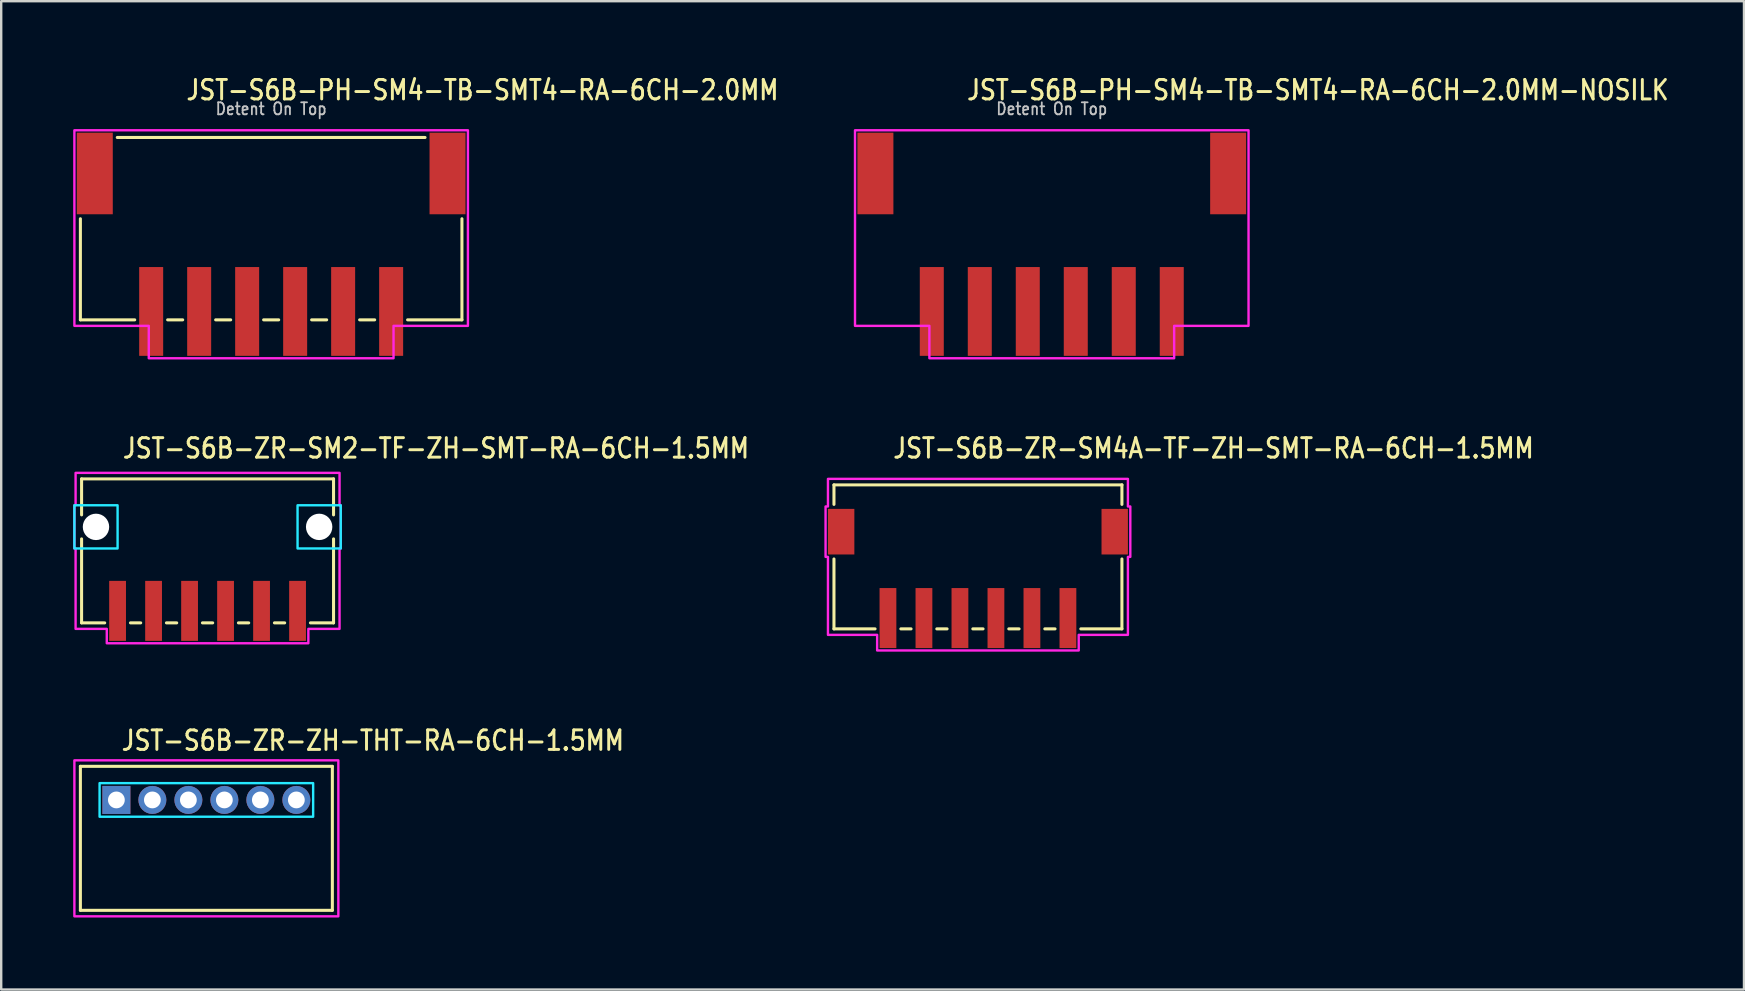
<source format=kicad_pcb>
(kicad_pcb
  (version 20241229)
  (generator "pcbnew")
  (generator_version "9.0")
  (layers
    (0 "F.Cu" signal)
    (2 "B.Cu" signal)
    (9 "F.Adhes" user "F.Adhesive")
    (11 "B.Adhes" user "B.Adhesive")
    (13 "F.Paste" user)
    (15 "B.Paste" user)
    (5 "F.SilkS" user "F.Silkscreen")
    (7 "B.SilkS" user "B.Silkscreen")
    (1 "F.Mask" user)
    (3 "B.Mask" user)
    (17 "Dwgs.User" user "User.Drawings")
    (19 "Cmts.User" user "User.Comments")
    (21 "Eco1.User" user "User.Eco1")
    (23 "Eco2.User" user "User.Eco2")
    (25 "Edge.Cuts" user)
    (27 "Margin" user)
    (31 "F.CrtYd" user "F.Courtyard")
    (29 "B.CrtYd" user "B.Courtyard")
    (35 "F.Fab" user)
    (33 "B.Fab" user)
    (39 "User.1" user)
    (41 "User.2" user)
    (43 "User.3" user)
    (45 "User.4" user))
  (footprint "JST-S6B-PH-SM4-TB-SMT4-RA-6CH-2.0MM"
    (layer "F.Cu")
    (at 8.25 4.179)
    (property "Reference" "JST-S6B-PH-SM4-TB-SMT4-RA-6CH-2.0MM" (at -3.6 -3 0) (unlocked yes) (layer "F.SilkS") (effects (font (size 0.813 0.695) (thickness 0.122)) (justify left bottom)))
    (fp_line (start -7.95 6.1) (end -7.95 1.887) (stroke (width 0.127) (type solid)) (layer "F.SilkS"))
    (fp_line (start -7.95 6.1) (end -5.686 6.1) (stroke (width 0.127) (type solid)) (layer "F.SilkS"))
    (fp_line (start -6.413 -1.5) (end 6.413 -1.5) (stroke (width 0.127) (type solid)) (layer "F.SilkS"))
    (fp_line (start -4.314 6.1) (end -3.687 6.1) (stroke (width 0.127) (type solid)) (layer "F.SilkS"))
    (fp_line (start -2.313 6.1) (end -1.687 6.1) (stroke (width 0.127) (type solid)) (layer "F.SilkS"))
    (fp_line (start -0.314 6.1) (end 0.314 6.1) (stroke (width 0.127) (type solid)) (layer "F.SilkS"))
    (fp_line (start 1.687 6.1) (end 2.313 6.1) (stroke (width 0.127) (type solid)) (layer "F.SilkS"))
    (fp_line (start 3.687 6.1) (end 4.314 6.1) (stroke (width 0.127) (type solid)) (layer "F.SilkS"))
    (fp_line (start 5.686 6.1) (end 7.95 6.1) (stroke (width 0.127) (type solid)) (layer "F.SilkS"))
    (fp_line (start 7.95 1.887) (end 7.95 6.1) (stroke (width 0.127) (type solid)) (layer "F.SilkS"))
    (fp_poly (pts (xy -8.2 -1.8) (xy -8.2 6.35) (xy -5.1 6.35) (xy -5.1 7.7) (xy 5.1 7.7) (xy 5.1 6.35) (xy 8.2 6.35) (xy 8.2 -1.8)) (stroke (width 0.1) (type solid)) (fill no) (layer "F.CrtYd"))
    (fp_text user "Detent On Top" (at 0 -2.4 0) (unlocked yes) (layer "Dwgs.User") (effects (font (size 0.5 0.427) (thickness 0.075)) (justify bottom)))
    (pad "P$1" smd rect (at 5 5.75) (size 1 3.7) (layers "F.Cu" "F.Mask" "F.Paste"))
    (pad "P$2" smd rect (at 3 5.75) (size 1 3.7) (layers "F.Cu" "F.Mask" "F.Paste"))
    (pad "P$3" smd rect (at 1 5.75) (size 1 3.7) (layers "F.Cu" "F.Mask" "F.Paste"))
    (pad "P$4" smd rect (at -1 5.75) (size 1 3.7) (layers "F.Cu" "F.Mask" "F.Paste"))
    (pad "P$5" smd rect (at -3 5.75) (size 1 3.7) (layers "F.Cu" "F.Mask" "F.Paste"))
    (pad "P$6" smd rect (at -5 5.75) (size 1 3.7) (layers "F.Cu" "F.Mask" "F.Paste"))
    (pad "S$1" smd rect (at -7.35 0) (size 1.5 3.4) (layers "F.Cu" "F.Mask" "F.Paste"))
    (pad "S$2" smd rect (at 7.35 0) (size 1.5 3.4) (layers "F.Cu" "F.Mask" "F.Paste")))
  (footprint "JST-S6B-ZR-SM2-TF-ZH-SMT-RA-6CH-1.5MM"
    (layer "F.Cu")
    (at 5.6 18.907)
    (property "Reference" "JST-S6B-ZR-SM2-TF-ZH-SMT-RA-6CH-1.5MM" (at -3.6 -2.8 0) (unlocked yes) (layer "F.SilkS") (effects (font (size 0.813 0.695) (thickness 0.122)) (justify left bottom)))
    (fp_line (start -5.25 -2) (end -5.25 -0.5) (stroke (width 0.127) (type solid)) (layer "F.SilkS"))
    (fp_line (start -5.25 -2) (end 5.25 -2) (stroke (width 0.127) (type solid)) (layer "F.SilkS"))
    (fp_line (start -5.25 4) (end -5.25 0.5) (stroke (width 0.127) (type solid)) (layer "F.SilkS"))
    (fp_line (start -5.25 4) (end -4.287 4) (stroke (width 0.127) (type solid)) (layer "F.SilkS"))
    (fp_line (start -3.213 4) (end -2.787 4) (stroke (width 0.127) (type solid)) (layer "F.SilkS"))
    (fp_line (start -1.714 4) (end -1.286 4) (stroke (width 0.127) (type solid)) (layer "F.SilkS"))
    (fp_line (start -0.213 4) (end 0.213 4) (stroke (width 0.127) (type solid)) (layer "F.SilkS"))
    (fp_line (start 1.286 4) (end 1.714 4) (stroke (width 0.127) (type solid)) (layer "F.SilkS"))
    (fp_line (start 2.787 4) (end 3.213 4) (stroke (width 0.127) (type solid)) (layer "F.SilkS"))
    (fp_line (start 4.287 4) (end 5.25 4) (stroke (width 0.127) (type solid)) (layer "F.SilkS"))
    (fp_line (start 5.25 -0.5) (end 5.25 -2) (stroke (width 0.127) (type solid)) (layer "F.SilkS"))
    (fp_line (start 5.25 0.5) (end 5.25 4) (stroke (width 0.127) (type solid)) (layer "F.SilkS"))
    (fp_poly (pts (xy -5.55 -0.9) (xy -5.55 0.9) (xy -3.75 0.9) (xy -3.75 -0.9)) (stroke (width 0.1) (type solid)) (fill no) (layer "B.CrtYd"))
    (fp_poly (pts (xy 5.55 -0.9) (xy 5.55 0.9) (xy 3.75 0.9) (xy 3.75 -0.9)) (stroke (width 0.1) (type solid)) (fill no) (layer "B.CrtYd"))
    (fp_poly (pts (xy -5.5 -2.25) (xy -5.5 -0.9) (xy -5.55 -0.9) (xy -5.55 0.9) (xy -5.5 0.9) (xy -5.5 4.25) (xy -4.2 4.25) (xy -4.2 4.85) (xy 4.2 4.85) (xy 4.2 4.25) (xy 5.5 4.25) (xy 5.5 0.9) (xy 5.55 0.9) (xy 5.55 -0.9) (xy 5.5 -0.9) (xy 5.5 -2.25)) (stroke (width 0.1) (type solid)) (fill no) (layer "F.CrtYd"))
    (pad "" np_thru_hole circle (at -4.65 0) (size 1.1 1.1) (drill 1.1) (layers "*.Cu" "*.Mask"))
    (pad "" np_thru_hole circle (at 4.65 0) (size 1.1 1.1) (drill 1.1) (layers "*.Cu" "*.Mask"))
    (pad "P$1" smd rect (at 3.75 3.5) (size 0.7 2.5) (layers "F.Cu" "F.Mask" "F.Paste"))
    (pad "P$2" smd rect (at 2.25 3.5) (size 0.7 2.5) (layers "F.Cu" "F.Mask" "F.Paste"))
    (pad "P$3" smd rect (at 0.75 3.5) (size 0.7 2.5) (layers "F.Cu" "F.Mask" "F.Paste"))
    (pad "P$4" smd rect (at -0.75 3.5) (size 0.7 2.5) (layers "F.Cu" "F.Mask" "F.Paste"))
    (pad "P$5" smd rect (at -2.25 3.5) (size 0.7 2.5) (layers "F.Cu" "F.Mask" "F.Paste"))
    (pad "P$6" smd rect (at -3.75 3.5) (size 0.7 2.5) (layers "F.Cu" "F.Mask" "F.Paste")))
  (footprint "JST-S6B-PH-SM4-TB-SMT4-RA-6CH-2.0MM-NOSILK"
    (layer "F.Cu")
    (at 40.781 4.179)
    (property "Reference" "JST-S6B-PH-SM4-TB-SMT4-RA-6CH-2.0MM-NOSILK" (at -3.6 -3 0) (unlocked yes) (layer "F.SilkS") (effects (font (size 0.813 0.695) (thickness 0.122)) (justify left bottom)))
    (fp_poly (pts (xy -8.2 -1.8) (xy -8.2 6.35) (xy -5.1 6.35) (xy -5.1 7.7) (xy 5.1 7.7) (xy 5.1 6.35) (xy 8.2 6.35) (xy 8.2 -1.8)) (stroke (width 0.1) (type solid)) (fill no) (layer "F.CrtYd"))
    (fp_text user "Detent On Top" (at 0 -2.4 0) (unlocked yes) (layer "Dwgs.User") (effects (font (size 0.5 0.427) (thickness 0.075)) (justify bottom)))
    (pad "P$1" smd rect (at 5 5.75) (size 1 3.7) (layers "F.Cu" "F.Mask" "F.Paste"))
    (pad "P$2" smd rect (at 3 5.75) (size 1 3.7) (layers "F.Cu" "F.Mask" "F.Paste"))
    (pad "P$3" smd rect (at 1 5.75) (size 1 3.7) (layers "F.Cu" "F.Mask" "F.Paste"))
    (pad "P$4" smd rect (at -1 5.75) (size 1 3.7) (layers "F.Cu" "F.Mask" "F.Paste"))
    (pad "P$5" smd rect (at -3 5.75) (size 1 3.7) (layers "F.Cu" "F.Mask" "F.Paste"))
    (pad "P$6" smd rect (at -5 5.75) (size 1 3.7) (layers "F.Cu" "F.Mask" "F.Paste"))
    (pad "S$1" smd rect (at -7.35 0) (size 1.5 3.4) (layers "F.Cu" "F.Mask" "F.Paste"))
    (pad "S$2" smd rect (at 7.35 0) (size 1.5 3.4) (layers "F.Cu" "F.Mask" "F.Paste")))
  (footprint "JST-S6B-ZR-SM4A-TF-ZH-SMT-RA-6CH-1.5MM"
    (layer "F.Cu")
    (at 37.704 19.107)
    (property "Reference" "JST-S6B-ZR-SM4A-TF-ZH-SMT-RA-6CH-1.5MM" (at -3.6 -3 0) (unlocked yes) (layer "F.SilkS") (effects (font (size 0.813 0.695) (thickness 0.122)) (justify left bottom)))
    (fp_line (start -6 -1.95) (end -6 -1.137) (stroke (width 0.127) (type solid)) (layer "F.SilkS"))
    (fp_line (start -6 -1.95) (end 6 -1.95) (stroke (width 0.127) (type solid)) (layer "F.SilkS"))
    (fp_line (start -6 4.05) (end -6 1.137) (stroke (width 0.127) (type solid)) (layer "F.SilkS"))
    (fp_line (start -6 4.05) (end -4.287 4.05) (stroke (width 0.127) (type solid)) (layer "F.SilkS"))
    (fp_line (start -3.213 4.05) (end -2.787 4.05) (stroke (width 0.127) (type solid)) (layer "F.SilkS"))
    (fp_line (start -1.714 4.05) (end -1.286 4.05) (stroke (width 0.127) (type solid)) (layer "F.SilkS"))
    (fp_line (start -0.213 4.05) (end 0.213 4.05) (stroke (width 0.127) (type solid)) (layer "F.SilkS"))
    (fp_line (start 1.286 4.05) (end 1.714 4.05) (stroke (width 0.127) (type solid)) (layer "F.SilkS"))
    (fp_line (start 2.787 4.05) (end 3.213 4.05) (stroke (width 0.127) (type solid)) (layer "F.SilkS"))
    (fp_line (start 4.287 4.05) (end 6 4.05) (stroke (width 0.127) (type solid)) (layer "F.SilkS"))
    (fp_line (start 6 -1.137) (end 6 -1.95) (stroke (width 0.127) (type solid)) (layer "F.SilkS"))
    (fp_line (start 6 1.137) (end 6 4.05) (stroke (width 0.127) (type solid)) (layer "F.SilkS"))
    (fp_poly (pts (xy -6.25 -2.2) (xy -6.25 -1.05) (xy -6.35 -1.05) (xy -6.35 1.05) (xy -6.25 1.05) (xy -6.25 4.3) (xy -4.2 4.3) (xy -4.2 4.95) (xy 4.2 4.95) (xy 4.2 4.3) (xy 6.25 4.3) (xy 6.25 1.05) (xy 6.35 1.05) (xy 6.35 -1.05) (xy 6.25 -1.05) (xy 6.25 -2.2)) (stroke (width 0.1) (type solid)) (fill no) (layer "F.CrtYd"))
    (pad "P$1" smd rect (at 3.75 3.6) (size 0.7 2.5) (layers "F.Cu" "F.Mask" "F.Paste"))
    (pad "P$2" smd rect (at 2.25 3.6) (size 0.7 2.5) (layers "F.Cu" "F.Mask" "F.Paste"))
    (pad "P$3" smd rect (at 0.75 3.6) (size 0.7 2.5) (layers "F.Cu" "F.Mask" "F.Paste"))
    (pad "P$4" smd rect (at -0.75 3.6) (size 0.7 2.5) (layers "F.Cu" "F.Mask" "F.Paste"))
    (pad "P$5" smd rect (at -2.25 3.6) (size 0.7 2.5) (layers "F.Cu" "F.Mask" "F.Paste"))
    (pad "P$6" smd rect (at -3.75 3.6) (size 0.7 2.5) (layers "F.Cu" "F.Mask" "F.Paste"))
    (pad "S$1" smd rect (at -5.7 0) (size 1.1 1.9) (layers "F.Cu" "F.Mask" "F.Paste"))
    (pad "S$2" smd rect (at 5.7 0) (size 1.1 1.9) (layers "F.Cu" "F.Mask" "F.Paste")))
  (footprint "JST-S6B-ZR-ZH-THT-RA-6CH-1.5MM"
    (layer "F.Cu")
    (at 5.55 30.286)
    (property "Reference" "JST-S6B-ZR-ZH-THT-RA-6CH-1.5MM" (at -3.6 -2 0) (unlocked yes) (layer "F.SilkS") (effects (font (size 0.813 0.695) (thickness 0.122)) (justify left bottom)))
    (fp_line (start -5.25 -1.4) (end 5.25 -1.4) (stroke (width 0.127) (type solid)) (layer "F.SilkS"))
    (fp_line (start -5.25 4.6) (end -5.25 -1.4) (stroke (width 0.127) (type solid)) (layer "F.SilkS"))
    (fp_line (start -5.25 4.6) (end 5.25 4.6) (stroke (width 0.127) (type solid)) (layer "F.SilkS"))
    (fp_line (start 5.25 -1.4) (end 5.25 4.6) (stroke (width 0.127) (type solid)) (layer "F.SilkS"))
    (fp_poly (pts (xy -4.45 -0.7) (xy -4.45 0.7) (xy 4.45 0.7) (xy 4.45 -0.7)) (stroke (width 0.1) (type solid)) (fill no) (layer "B.CrtYd"))
    (fp_poly (pts (xy -5.5 -1.65) (xy -5.5 4.85) (xy 5.5 4.85) (xy 5.5 -1.65)) (stroke (width 0.1) (type solid)) (fill no) (layer "F.CrtYd"))
    (pad "P$1" thru_hole rect (at -3.75 0) (size 1.167 1.167) (drill 0.7) (layers "*.Cu" "*.Mask"))
    (pad "P$2" thru_hole oval (at -2.25 0) (size 1.167 1.167) (drill 0.7) (layers "*.Cu" "*.Mask"))
    (pad "P$3" thru_hole oval (at -0.75 0) (size 1.167 1.167) (drill 0.7) (layers "*.Cu" "*.Mask"))
    (pad "P$4" thru_hole oval (at 0.75 0) (size 1.167 1.167) (drill 0.7) (layers "*.Cu" "*.Mask"))
    (pad "P$5" thru_hole oval (at 2.25 0) (size 1.167 1.167) (drill 0.7) (layers "*.Cu" "*.Mask"))
    (pad "P$6" thru_hole oval (at 3.75 0) (size 1.167 1.167) (drill 0.7) (layers "*.Cu" "*.Mask")))
  (gr_rect
    (start -3 -3)
    (end 69.628 38.186)
    (stroke (width 0.1) (type default))
    (fill no)
    (layer "Edge.Cuts")))
</source>
